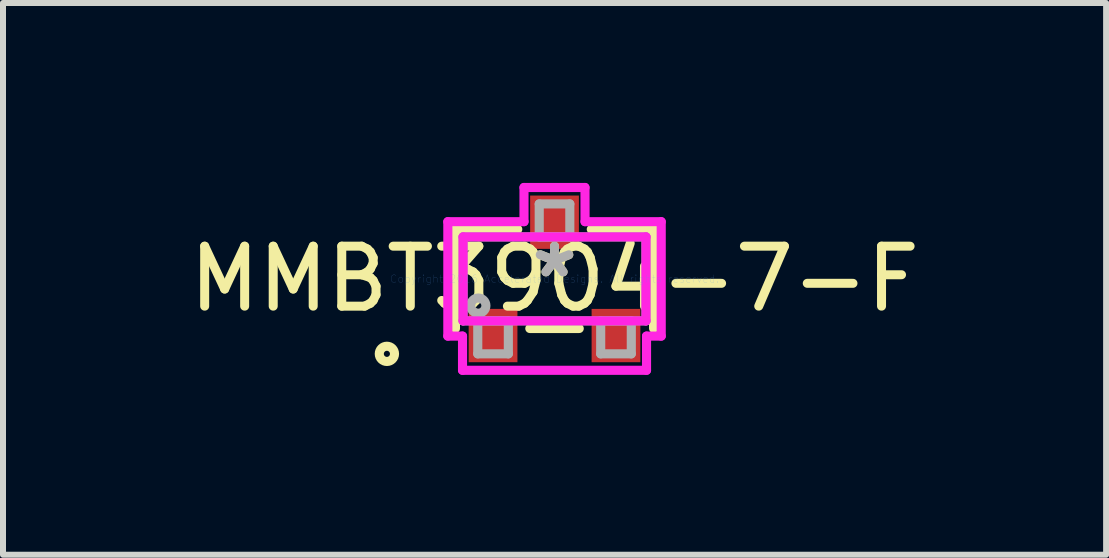
<source format=kicad_pcb>
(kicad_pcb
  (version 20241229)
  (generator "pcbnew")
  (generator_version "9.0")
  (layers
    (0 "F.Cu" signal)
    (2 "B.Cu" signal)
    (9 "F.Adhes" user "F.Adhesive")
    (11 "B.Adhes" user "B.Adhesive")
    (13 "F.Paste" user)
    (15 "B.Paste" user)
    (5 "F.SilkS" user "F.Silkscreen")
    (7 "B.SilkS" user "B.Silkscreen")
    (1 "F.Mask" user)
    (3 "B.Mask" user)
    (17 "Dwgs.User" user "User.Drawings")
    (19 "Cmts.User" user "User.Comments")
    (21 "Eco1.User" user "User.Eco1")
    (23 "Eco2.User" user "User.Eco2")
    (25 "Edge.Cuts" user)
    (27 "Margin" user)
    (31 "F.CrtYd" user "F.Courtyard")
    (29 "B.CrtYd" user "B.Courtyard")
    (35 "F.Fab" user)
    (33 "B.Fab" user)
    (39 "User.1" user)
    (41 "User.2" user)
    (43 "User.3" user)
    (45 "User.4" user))
  (footprint "MMBT3904-7-F"
    (layer "F.Cu")
    (at 6.196 1.6)
    (property "Reference" "MMBT3904-7-F" (at 0 0 0) (layer "F.SilkS") (effects (font (size 1 1) (thickness 0.15))))
    (attr through_hole)
    (fp_line (start -1.652 -0.827) (end -1.652 0.827) (stroke (width 0.152) (type solid)) (layer "F.SilkS"))
    (fp_line (start -0.613 -0.827) (end -1.652 -0.827) (stroke (width 0.152) (type solid)) (layer "F.SilkS"))
    (fp_line (start -0.412 0.827) (end 0.412 0.827) (stroke (width 0.152) (type solid)) (layer "F.SilkS"))
    (fp_line (start 1.652 -0.827) (end 0.613 -0.827) (stroke (width 0.152) (type solid)) (layer "F.SilkS"))
    (fp_line (start 1.652 0.827) (end 1.652 -0.827) (stroke (width 0.152) (type solid)) (layer "F.SilkS"))
    (fp_circle (center -2.795 1.25) (end -2.668 1.25) (stroke (width 0.152) (type solid)) (fill no) (layer "F.SilkS"))
    (fp_line (start -1.779 -0.954) (end -0.509 -0.954) (stroke (width 0.152) (type solid)) (layer "F.CrtYd"))
    (fp_line (start -1.779 0.954) (end -1.779 -0.954) (stroke (width 0.152) (type solid)) (layer "F.CrtYd"))
    (fp_line (start -1.534 0.954) (end -1.779 0.954) (stroke (width 0.152) (type solid)) (layer "F.CrtYd"))
    (fp_line (start -1.534 1.524) (end -1.534 0.954) (stroke (width 0.152) (type solid)) (layer "F.CrtYd"))
    (fp_line (start -1.525 -0.7) (end 1.525 -0.7) (stroke (width 0.152) (type solid)) (layer "F.CrtYd"))
    (fp_line (start -1.525 0.7) (end -1.525 -0.7) (stroke (width 0.152) (type solid)) (layer "F.CrtYd"))
    (fp_line (start -0.509 -1.524) (end 0.508 -1.524) (stroke (width 0.152) (type solid)) (layer "F.CrtYd"))
    (fp_line (start -0.509 -0.954) (end -0.509 -1.524) (stroke (width 0.152) (type solid)) (layer "F.CrtYd"))
    (fp_line (start 0.508 -1.524) (end 0.509 -0.954) (stroke (width 0.152) (type solid)) (layer "F.CrtYd"))
    (fp_line (start 0.509 -0.954) (end 1.779 -0.954) (stroke (width 0.152) (type solid)) (layer "F.CrtYd"))
    (fp_line (start 1.525 -0.7) (end 1.525 0.7) (stroke (width 0.152) (type solid)) (layer "F.CrtYd"))
    (fp_line (start 1.525 0.7) (end -1.525 0.7) (stroke (width 0.152) (type solid)) (layer "F.CrtYd"))
    (fp_line (start 1.534 0.954) (end 1.534 1.524) (stroke (width 0.152) (type solid)) (layer "F.CrtYd"))
    (fp_line (start 1.534 1.524) (end -1.534 1.524) (stroke (width 0.152) (type solid)) (layer "F.CrtYd"))
    (fp_line (start 1.779 -0.954) (end 1.779 0.954) (stroke (width 0.152) (type solid)) (layer "F.CrtYd"))
    (fp_line (start 1.779 0.954) (end 1.534 0.954) (stroke (width 0.152) (type solid)) (layer "F.CrtYd"))
    (fp_line (start -1.525 -0.7) (end -1.525 0.7) (stroke (width 0.152) (type solid)) (layer "F.Fab"))
    (fp_line (start -1.525 0.7) (end 1.525 0.7) (stroke (width 0.152) (type solid)) (layer "F.Fab"))
    (fp_line (start -1.28 0.7) (end -1.28 1.25) (stroke (width 0.152) (type solid)) (layer "F.Fab"))
    (fp_line (start -1.28 1.25) (end -0.77 1.25) (stroke (width 0.152) (type solid)) (layer "F.Fab"))
    (fp_line (start -0.77 0.7) (end -1.28 0.7) (stroke (width 0.152) (type solid)) (layer "F.Fab"))
    (fp_line (start -0.77 1.25) (end -0.77 0.7) (stroke (width 0.152) (type solid)) (layer "F.Fab"))
    (fp_line (start -0.255 -1.25) (end -0.255 -0.7) (stroke (width 0.152) (type solid)) (layer "F.Fab"))
    (fp_line (start -0.255 -0.7) (end 0.255 -0.7) (stroke (width 0.152) (type solid)) (layer "F.Fab"))
    (fp_line (start 0.255 -1.25) (end -0.255 -1.25) (stroke (width 0.152) (type solid)) (layer "F.Fab"))
    (fp_line (start 0.255 -0.7) (end 0.255 -1.25) (stroke (width 0.152) (type solid)) (layer "F.Fab"))
    (fp_line (start 0.77 0.7) (end 0.77 1.25) (stroke (width 0.152) (type solid)) (layer "F.Fab"))
    (fp_line (start 0.77 1.25) (end 1.28 1.25) (stroke (width 0.152) (type solid)) (layer "F.Fab"))
    (fp_line (start 1.28 0.7) (end 0.77 0.7) (stroke (width 0.152) (type solid)) (layer "F.Fab"))
    (fp_line (start 1.28 1.25) (end 1.28 0.7) (stroke (width 0.152) (type solid)) (layer "F.Fab"))
    (fp_line (start 1.525 -0.7) (end -1.525 -0.7) (stroke (width 0.152) (type solid)) (layer "F.Fab"))
    (fp_line (start 1.525 0.7) (end 1.525 -0.7) (stroke (width 0.152) (type solid)) (layer "F.Fab"))
    (fp_circle (center -1.271 0.446) (end -1.144 0.446) (stroke (width 0.152) (type solid)) (fill no) (layer "F.Fab"))
    (fp_text user "*" (at 0 0 0) (layer "F.SilkS") (effects (font (size 1 1) (thickness 0.15))))
    (fp_text user "Copyright 2016 Accelerated Designs. All rights reserved." (at 0 0 0) (layer "Cmts.User") (effects (font (size 0.127 0.127) (thickness 0.002))))
    (fp_text user "*" (at 0 0 0) (layer "F.Fab") (effects (font (size 1 1) (thickness 0.15))))
    (pad "1" smd rect (at -1.025 0.945) (size 0.813 0.889) (layers "F.Cu" "F.Mask" "F.Paste"))
    (pad "2" smd rect (at 1.025 0.945) (size 0.813 0.889) (layers "F.Cu" "F.Mask" "F.Paste"))
    (pad "3" smd rect (at 0 -0.945) (size 0.813 0.889) (layers "F.Cu" "F.Mask" "F.Paste")))
  (gr_rect
    (start -3 -3)
    (end 15.393 6.2)
    (stroke (width 0.1) (type default))
    (fill no)
    (layer "Edge.Cuts")))
</source>
